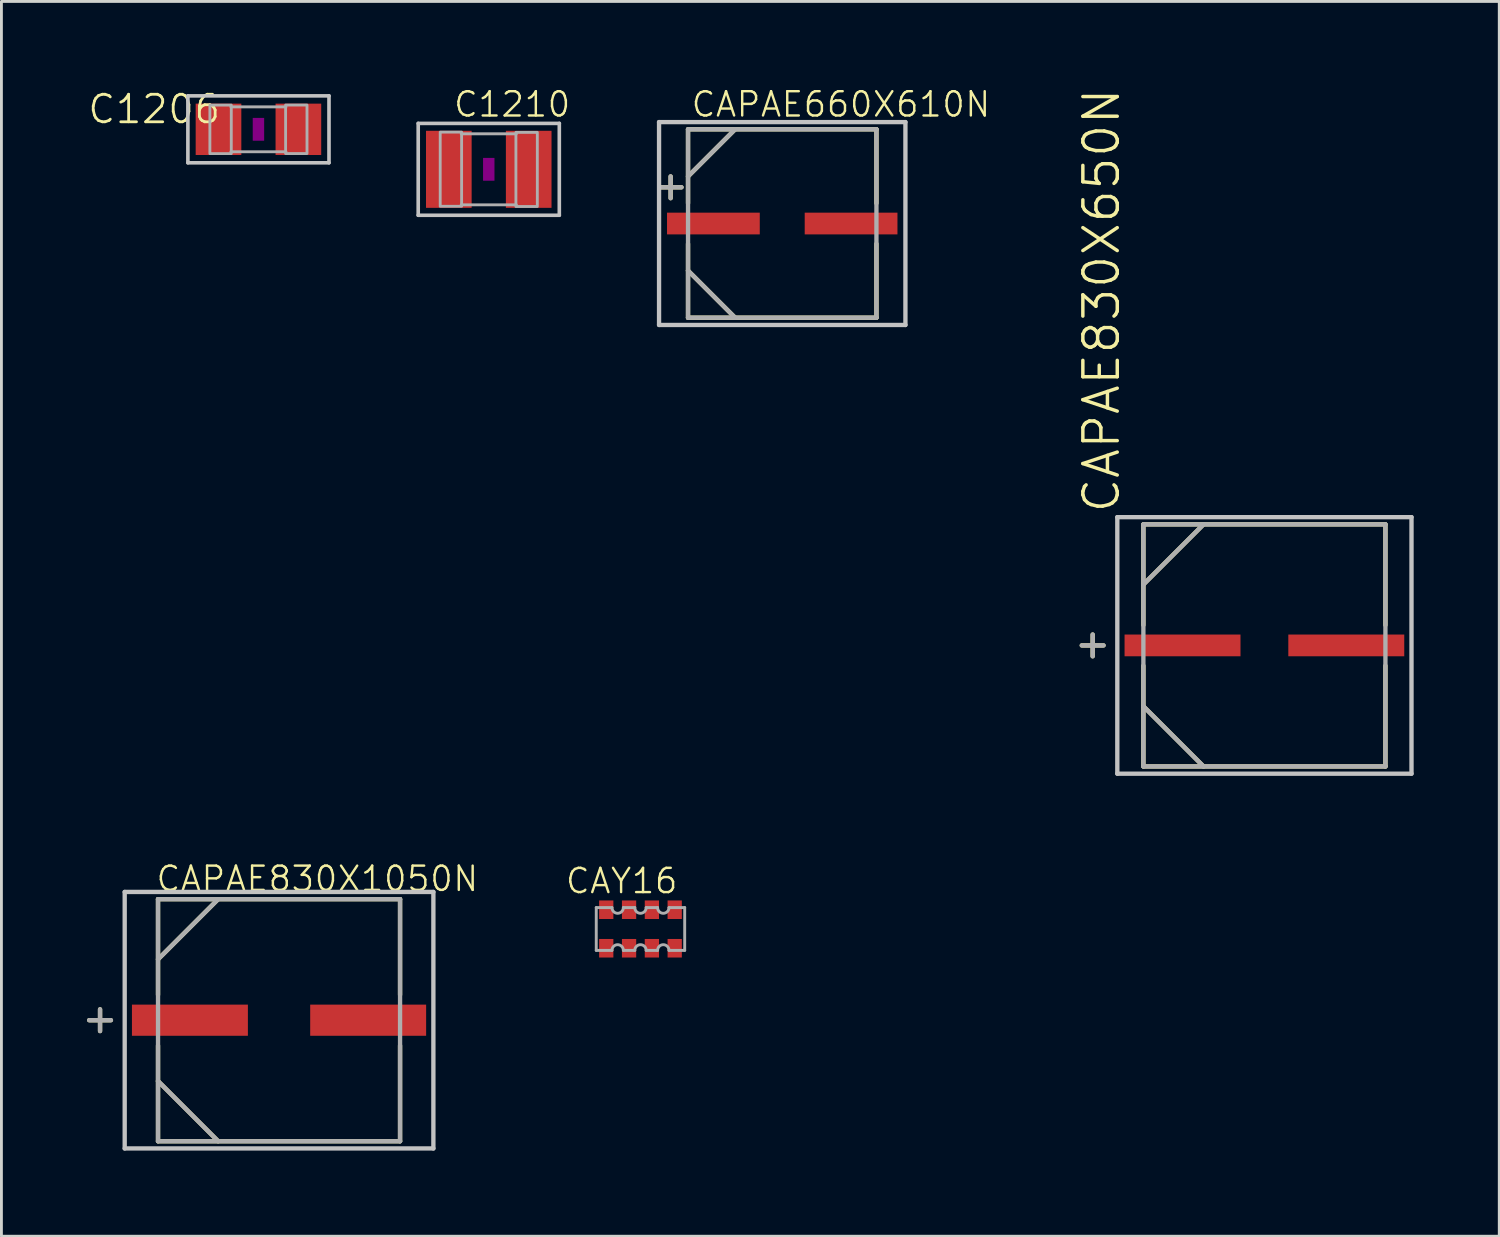
<source format=kicad_pcb>
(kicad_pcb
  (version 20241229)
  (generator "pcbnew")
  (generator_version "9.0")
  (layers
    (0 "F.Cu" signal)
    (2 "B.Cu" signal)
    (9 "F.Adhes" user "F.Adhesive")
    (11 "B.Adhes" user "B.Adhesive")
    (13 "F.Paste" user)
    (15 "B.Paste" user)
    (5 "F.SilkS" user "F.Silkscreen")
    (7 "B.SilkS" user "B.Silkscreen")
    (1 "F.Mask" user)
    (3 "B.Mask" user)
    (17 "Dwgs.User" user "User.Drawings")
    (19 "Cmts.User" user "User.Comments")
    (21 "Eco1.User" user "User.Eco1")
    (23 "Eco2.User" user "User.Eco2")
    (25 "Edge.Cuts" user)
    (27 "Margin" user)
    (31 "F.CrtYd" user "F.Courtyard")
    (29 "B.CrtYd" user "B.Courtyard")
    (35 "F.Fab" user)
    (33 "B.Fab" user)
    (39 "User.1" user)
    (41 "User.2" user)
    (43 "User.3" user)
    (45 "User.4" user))
  (footprint "C1210"
    (layer "F.Cu")
    (at 14.082 2.885)
    (property "Reference" "C1210" (at -1.28 -1.78 0) (layer "F.SilkS") (effects (font (size 0.85 0.85) (thickness 0.085)) (justify left bottom)))
    (attr through_hole)
    (fp_poly (pts (xy -0.2 0.4) (xy 0.2 0.4) (xy 0.2 -0.4) (xy -0.2 -0.4)) (stroke (width 0) (type solid)) (fill yes) (layer "F.Adhes"))
    (fp_line (start -2.473 -1.61) (end 2.473 -1.61) (stroke (width 0.127) (type solid)) (layer "Dwgs.User"))
    (fp_line (start -2.473 1.61) (end -2.473 -1.61) (stroke (width 0.127) (type solid)) (layer "Dwgs.User"))
    (fp_line (start 2.473 -1.61) (end 2.473 1.61) (stroke (width 0.127) (type solid)) (layer "Dwgs.User"))
    (fp_line (start 2.473 1.61) (end -2.473 1.61) (stroke (width 0.127) (type solid)) (layer "Dwgs.User"))
    (fp_line (start -0.965 -1.245) (end 0.965 -1.245) (stroke (width 0.102) (type solid)) (layer "F.Fab"))
    (fp_line (start -0.965 1.245) (end 0.965 1.245) (stroke (width 0.102) (type solid)) (layer "F.Fab"))
    (fp_poly (pts (xy -1.702 1.295) (xy -0.952 1.295) (xy -0.952 -1.304) (xy -1.702 -1.304)) (stroke (width 0.1) (type solid)) (fill no) (layer "F.Fab"))
    (fp_poly (pts (xy 0.952 1.304) (xy 1.702 1.304) (xy 1.702 -1.295) (xy 0.952 -1.295)) (stroke (width 0.1) (type solid)) (fill no) (layer "F.Fab"))
    (pad "1" smd rect (at -1.4 0) (size 1.6 2.7) (layers "F.Cu" "F.Mask" "F.Paste"))
    (pad "2" smd rect (at 1.4 0) (size 1.6 2.7) (layers "F.Cu" "F.Mask" "F.Paste")))
  (footprint "CAPAE660X610N"
    (layer "F.Cu")
    (at 24.369 4.785)
    (property "Reference" "CAPAE660X610N" (at -3.24 -3.68 180) (layer "F.SilkS") (effects (font (size 0.85 0.85) (thickness 0.085)) (justify left bottom)))
    (attr through_hole)
    (fp_line (start -3.912 -1.651) (end -3.912 -0.889) (stroke (width 0.152) (type solid)) (layer "F.SilkS"))
    (fp_line (start -3.531 -1.27) (end -4.293 -1.27) (stroke (width 0.152) (type solid)) (layer "F.SilkS"))
    (fp_line (start -3.302 -3.302) (end -3.302 -0.711) (stroke (width 0.152) (type solid)) (layer "F.SilkS"))
    (fp_line (start -3.302 -1.651) (end -1.651 -3.302) (stroke (width 0.152) (type solid)) (layer "F.SilkS"))
    (fp_line (start -3.302 0.711) (end -3.302 1.651) (stroke (width 0.152) (type solid)) (layer "F.SilkS"))
    (fp_line (start -3.302 1.651) (end -3.302 3.302) (stroke (width 0.152) (type solid)) (layer "F.SilkS"))
    (fp_line (start -3.302 1.651) (end -1.651 3.302) (stroke (width 0.152) (type solid)) (layer "F.SilkS"))
    (fp_line (start -3.302 3.302) (end 3.302 3.302) (stroke (width 0.152) (type solid)) (layer "F.SilkS"))
    (fp_line (start 3.302 -3.302) (end -3.302 -3.302) (stroke (width 0.152) (type solid)) (layer "F.SilkS"))
    (fp_line (start 3.302 -0.711) (end 3.302 -3.302) (stroke (width 0.152) (type solid)) (layer "F.SilkS"))
    (fp_line (start 3.302 3.302) (end 3.302 0.711) (stroke (width 0.152) (type solid)) (layer "F.SilkS"))
    (fp_line (start -4.318 -3.556) (end 4.318 -3.556) (stroke (width 0.152) (type solid)) (layer "Dwgs.User"))
    (fp_line (start -4.318 3.556) (end -4.318 -3.556) (stroke (width 0.152) (type solid)) (layer "Dwgs.User"))
    (fp_line (start 4.318 -3.556) (end 4.318 3.556) (stroke (width 0.152) (type solid)) (layer "Dwgs.User"))
    (fp_line (start 4.318 3.556) (end -4.318 3.556) (stroke (width 0.152) (type solid)) (layer "Dwgs.User"))
    (fp_line (start -3.912 -1.651) (end -3.912 -0.889) (stroke (width 0.152) (type solid)) (layer "F.Fab"))
    (fp_line (start -3.531 -1.27) (end -4.293 -1.27) (stroke (width 0.152) (type solid)) (layer "F.Fab"))
    (fp_line (start -3.302 -3.302) (end -3.302 3.302) (stroke (width 0.152) (type solid)) (layer "F.Fab"))
    (fp_line (start -3.302 -1.651) (end -1.651 -3.302) (stroke (width 0.152) (type solid)) (layer "F.Fab"))
    (fp_line (start -3.302 1.651) (end -1.651 3.302) (stroke (width 0.152) (type solid)) (layer "F.Fab"))
    (fp_line (start -3.302 3.302) (end 3.302 3.302) (stroke (width 0.152) (type solid)) (layer "F.Fab"))
    (fp_line (start 3.302 -3.302) (end -3.302 -3.302) (stroke (width 0.152) (type solid)) (layer "F.Fab"))
    (fp_line (start 3.302 3.302) (end 3.302 -3.302) (stroke (width 0.152) (type solid)) (layer "F.Fab"))
    (pad "1" smd rect (at -2.413 0) (size 3.251 0.762) (layers "F.Cu" "F.Mask" "F.Paste"))
    (pad "2" smd rect (at 2.413 0) (size 3.251 0.762) (layers "F.Cu" "F.Mask" "F.Paste")))
  (footprint "CAPAE830X1050N"
    (layer "F.Cu")
    (at 6.731 32.71)
    (property "Reference" "CAPAE830X1050N" (at -4.36 -4.46 180) (layer "F.SilkS") (effects (font (size 0.85 0.85) (thickness 0.085)) (justify left bottom)))
    (attr through_hole)
    (fp_line (start -6.274 -0.381) (end -6.274 0.381) (stroke (width 0.152) (type solid)) (layer "F.SilkS"))
    (fp_line (start -5.893 0) (end -6.655 0) (stroke (width 0.152) (type solid)) (layer "F.SilkS"))
    (fp_line (start -4.242 -4.242) (end -4.242 -0.889) (stroke (width 0.152) (type solid)) (layer "F.SilkS"))
    (fp_line (start -4.242 -2.134) (end -2.134 -4.242) (stroke (width 0.152) (type solid)) (layer "F.SilkS"))
    (fp_line (start -4.242 0.889) (end -4.242 2.134) (stroke (width 0.152) (type solid)) (layer "F.SilkS"))
    (fp_line (start -4.242 2.134) (end -4.242 4.242) (stroke (width 0.152) (type solid)) (layer "F.SilkS"))
    (fp_line (start -4.242 2.134) (end -2.134 4.242) (stroke (width 0.152) (type solid)) (layer "F.SilkS"))
    (fp_line (start -4.242 4.242) (end 4.242 4.242) (stroke (width 0.152) (type solid)) (layer "F.SilkS"))
    (fp_line (start 4.242 -4.242) (end -4.242 -4.242) (stroke (width 0.152) (type solid)) (layer "F.SilkS"))
    (fp_line (start 4.242 -0.889) (end 4.242 -4.242) (stroke (width 0.152) (type solid)) (layer "F.SilkS"))
    (fp_line (start 4.242 4.242) (end 4.242 0.889) (stroke (width 0.152) (type solid)) (layer "F.SilkS"))
    (fp_line (start -5.41 -4.496) (end 5.41 -4.496) (stroke (width 0.152) (type solid)) (layer "Dwgs.User"))
    (fp_line (start -5.41 4.496) (end -5.41 -4.496) (stroke (width 0.152) (type solid)) (layer "Dwgs.User"))
    (fp_line (start 5.41 -4.496) (end 5.41 4.496) (stroke (width 0.152) (type solid)) (layer "Dwgs.User"))
    (fp_line (start 5.41 4.496) (end -5.41 4.496) (stroke (width 0.152) (type solid)) (layer "Dwgs.User"))
    (fp_line (start -6.274 -0.381) (end -6.274 0.381) (stroke (width 0.152) (type solid)) (layer "F.Fab"))
    (fp_line (start -5.893 0) (end -6.655 0) (stroke (width 0.152) (type solid)) (layer "F.Fab"))
    (fp_line (start -4.242 -4.242) (end -4.242 4.242) (stroke (width 0.152) (type solid)) (layer "F.Fab"))
    (fp_line (start -4.242 -2.134) (end -2.134 -4.242) (stroke (width 0.152) (type solid)) (layer "F.Fab"))
    (fp_line (start -4.242 2.134) (end -2.134 4.242) (stroke (width 0.152) (type solid)) (layer "F.Fab"))
    (fp_line (start -4.242 4.242) (end 4.242 4.242) (stroke (width 0.152) (type solid)) (layer "F.Fab"))
    (fp_line (start 4.242 -4.242) (end -4.242 -4.242) (stroke (width 0.152) (type solid)) (layer "F.Fab"))
    (fp_line (start 4.242 4.242) (end 4.242 -4.242) (stroke (width 0.152) (type solid)) (layer "F.Fab"))
    (pad "1" smd rect (at -3.124 0) (size 4.064 1.092) (layers "F.Cu" "F.Mask" "F.Paste"))
    (pad "2" smd rect (at 3.124 0) (size 4.064 1.092) (layers "F.Cu" "F.Mask" "F.Paste")))
  (footprint "CAPAE830X650N"
    (layer "F.Cu")
    (at 41.27 19.573)
    (property "Reference" "CAPAE830X650N" (at -5.004 -4.572 90) (layer "F.SilkS") (effects (font (size 1.206 1.206) (thickness 0.121)) (justify left bottom)))
    (attr through_hole)
    (fp_line (start -6.02 -0.381) (end -6.02 0.381) (stroke (width 0.152) (type solid)) (layer "F.SilkS"))
    (fp_line (start -5.639 0) (end -6.401 0) (stroke (width 0.152) (type solid)) (layer "F.SilkS"))
    (fp_line (start -4.242 -4.242) (end -4.242 -0.711) (stroke (width 0.152) (type solid)) (layer "F.SilkS"))
    (fp_line (start -4.242 -2.134) (end -2.134 -4.242) (stroke (width 0.152) (type solid)) (layer "F.SilkS"))
    (fp_line (start -4.242 0.711) (end -4.242 2.134) (stroke (width 0.152) (type solid)) (layer "F.SilkS"))
    (fp_line (start -4.242 2.134) (end -4.242 4.242) (stroke (width 0.152) (type solid)) (layer "F.SilkS"))
    (fp_line (start -4.242 2.134) (end -2.134 4.242) (stroke (width 0.152) (type solid)) (layer "F.SilkS"))
    (fp_line (start -4.242 4.242) (end 4.242 4.242) (stroke (width 0.152) (type solid)) (layer "F.SilkS"))
    (fp_line (start 4.242 -4.242) (end -4.242 -4.242) (stroke (width 0.152) (type solid)) (layer "F.SilkS"))
    (fp_line (start 4.242 -0.711) (end 4.242 -4.242) (stroke (width 0.152) (type solid)) (layer "F.SilkS"))
    (fp_line (start 4.242 4.242) (end 4.242 0.711) (stroke (width 0.152) (type solid)) (layer "F.SilkS"))
    (fp_line (start -5.156 -4.496) (end 5.156 -4.496) (stroke (width 0.152) (type solid)) (layer "Dwgs.User"))
    (fp_line (start -5.156 4.496) (end -5.156 -4.496) (stroke (width 0.152) (type solid)) (layer "Dwgs.User"))
    (fp_line (start 5.156 -4.496) (end 5.156 4.496) (stroke (width 0.152) (type solid)) (layer "Dwgs.User"))
    (fp_line (start 5.156 4.496) (end -5.156 4.496) (stroke (width 0.152) (type solid)) (layer "Dwgs.User"))
    (fp_line (start -6.02 -0.381) (end -6.02 0.381) (stroke (width 0.152) (type solid)) (layer "F.Fab"))
    (fp_line (start -5.639 0) (end -6.401 0) (stroke (width 0.152) (type solid)) (layer "F.Fab"))
    (fp_line (start -4.242 -4.242) (end -4.242 4.242) (stroke (width 0.152) (type solid)) (layer "F.Fab"))
    (fp_line (start -4.242 -2.134) (end -2.134 -4.242) (stroke (width 0.152) (type solid)) (layer "F.Fab"))
    (fp_line (start -4.242 2.134) (end -2.134 4.242) (stroke (width 0.152) (type solid)) (layer "F.Fab"))
    (fp_line (start -4.242 4.242) (end 4.242 4.242) (stroke (width 0.152) (type solid)) (layer "F.Fab"))
    (fp_line (start 4.242 -4.242) (end -4.242 -4.242) (stroke (width 0.152) (type solid)) (layer "F.Fab"))
    (fp_line (start 4.242 4.242) (end 4.242 -4.242) (stroke (width 0.152) (type solid)) (layer "F.Fab"))
    (pad "1" smd rect (at -2.87 0) (size 4.064 0.762) (layers "F.Cu" "F.Mask" "F.Paste"))
    (pad "2" smd rect (at 2.87 0) (size 4.064 0.762) (layers "F.Cu" "F.Mask" "F.Paste")))
  (footprint "CAY16"
    (layer "F.Cu")
    (at 19.4 29.513)
    (property "Reference" "CAY16" (at 1.36 -2.18 0) (layer "F.SilkS") (effects (font (size 0.85 0.85) (thickness 0.085)) (justify right top)))
    (attr through_hole)
    (fp_line (start -1.55 -0.75) (end -1 -0.75) (stroke (width 0.102) (type solid)) (layer "F.Fab"))
    (fp_line (start -1.55 0.75) (end -1.55 -0.75) (stroke (width 0.102) (type solid)) (layer "F.Fab"))
    (fp_line (start -1 0.75) (end -1.55 0.75) (stroke (width 0.102) (type solid)) (layer "F.Fab"))
    (fp_line (start -0.6 -0.75) (end -0.2 -0.75) (stroke (width 0.102) (type solid)) (layer "F.Fab"))
    (fp_line (start -0.2 0.75) (end -0.6 0.75) (stroke (width 0.102) (type solid)) (layer "F.Fab"))
    (fp_line (start 0.2 -0.75) (end 0.6 -0.75) (stroke (width 0.102) (type solid)) (layer "F.Fab"))
    (fp_line (start 0.6 0.75) (end 0.2 0.75) (stroke (width 0.102) (type solid)) (layer "F.Fab"))
    (fp_line (start 1 -0.75) (end 1.55 -0.75) (stroke (width 0.102) (type solid)) (layer "F.Fab"))
    (fp_line (start 1.55 -0.75) (end 1.55 0.75) (stroke (width 0.102) (type solid)) (layer "F.Fab"))
    (fp_line (start 1.55 0.75) (end 1 0.75) (stroke (width 0.102) (type solid)) (layer "F.Fab"))
    (fp_arc (start -1 0.75) (mid -0.8 0.55) (end -0.6 0.75) (stroke (width 0.1016) (type solid)) (layer "F.Fab"))
    (fp_arc (start -0.6 -0.75) (mid -0.8 -0.55) (end -1 -0.75) (stroke (width 0.1016) (type solid)) (layer "F.Fab"))
    (fp_arc (start -0.2 0.75) (mid 0 0.55) (end 0.2 0.75) (stroke (width 0.1016) (type solid)) (layer "F.Fab"))
    (fp_arc (start 0.2 -0.75) (mid 0 -0.55) (end -0.2 -0.75) (stroke (width 0.1016) (type solid)) (layer "F.Fab"))
    (fp_arc (start 0.6 0.75) (mid 0.8 0.55) (end 1 0.75) (stroke (width 0.1016) (type solid)) (layer "F.Fab"))
    (fp_arc (start 1 -0.75) (mid 0.8 -0.55) (end 0.6 -0.75) (stroke (width 0.1016) (type solid)) (layer "F.Fab"))
    (pad "1" smd rect (at -1.2 0.675) (size 0.5 0.65) (layers "F.Cu" "F.Mask" "F.Paste"))
    (pad "2" smd rect (at -0.4 0.675) (size 0.5 0.65) (layers "F.Cu" "F.Mask" "F.Paste"))
    (pad "3" smd rect (at 0.4 0.675) (size 0.5 0.65) (layers "F.Cu" "F.Mask" "F.Paste"))
    (pad "4" smd rect (at 1.2 0.675) (size 0.5 0.65) (layers "F.Cu" "F.Mask" "F.Paste"))
    (pad "5" smd rect (at 1.2 -0.675) (size 0.5 0.65) (layers "F.Cu" "F.Mask" "F.Paste"))
    (pad "6" smd rect (at 0.4 -0.675) (size 0.5 0.65) (layers "F.Cu" "F.Mask" "F.Paste"))
    (pad "7" smd rect (at -0.4 -0.675) (size 0.5 0.65) (layers "F.Cu" "F.Mask" "F.Paste"))
    (pad "8" smd rect (at -1.2 -0.675) (size 0.5 0.65) (layers "F.Cu" "F.Mask" "F.Paste")))
  (footprint "C1206"
    (layer "F.Cu")
    (at 6.009 1.483)
    (property "Reference" "C1206" (at -1.27 -1.27 0) (layer "F.SilkS") (effects (font (size 0.965 0.965) (thickness 0.097)) (justify right top)))
    (attr through_hole)
    (fp_poly (pts (xy -0.2 0.4) (xy 0.2 0.4) (xy 0.2 -0.4) (xy -0.2 -0.4)) (stroke (width 0) (type solid)) (fill yes) (layer "F.Adhes"))
    (fp_line (start -2.473 -1.173) (end 2.473 -1.173) (stroke (width 0.127) (type solid)) (layer "Dwgs.User"))
    (fp_line (start -2.473 1.173) (end -2.473 -1.173) (stroke (width 0.127) (type solid)) (layer "Dwgs.User"))
    (fp_line (start 2.473 -1.173) (end 2.473 1.173) (stroke (width 0.127) (type solid)) (layer "Dwgs.User"))
    (fp_line (start 2.473 1.173) (end -2.473 1.173) (stroke (width 0.127) (type solid)) (layer "Dwgs.User"))
    (fp_line (start -0.965 -0.787) (end 0.965 -0.787) (stroke (width 0.102) (type solid)) (layer "F.Fab"))
    (fp_line (start -0.965 0.787) (end 0.965 0.787) (stroke (width 0.102) (type solid)) (layer "F.Fab"))
    (fp_poly (pts (xy -1.702 0.851) (xy -0.952 0.851) (xy -0.952 -0.849) (xy -1.702 -0.849)) (stroke (width 0.1) (type solid)) (fill no) (layer "F.Fab"))
    (fp_poly (pts (xy 0.952 0.849) (xy 1.702 0.849) (xy 1.702 -0.851) (xy 0.952 -0.851)) (stroke (width 0.1) (type solid)) (fill no) (layer "F.Fab"))
    (pad "1" smd rect (at -1.4 0) (size 1.6 1.8) (layers "F.Cu" "F.Mask" "F.Paste"))
    (pad "2" smd rect (at 1.4 0) (size 1.6 1.8) (layers "F.Cu" "F.Mask" "F.Paste")))
  (gr_rect
    (start -3 -3)
    (end 49.502 40.282)
    (stroke (width 0.1) (type default))
    (fill no)
    (layer "Edge.Cuts")))
</source>
